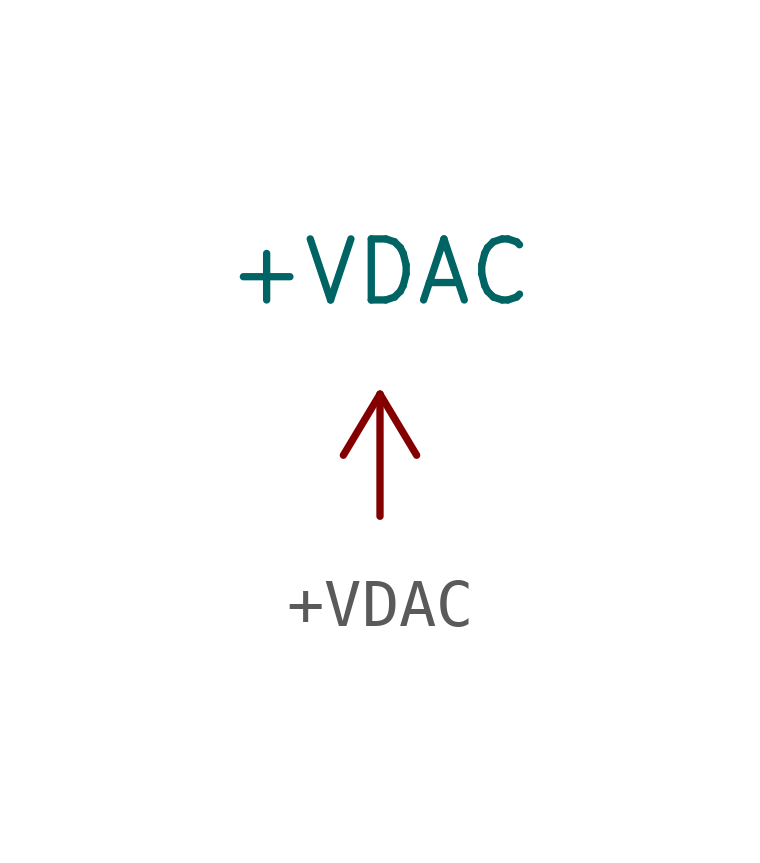
<source format=kicad_sym>
(kicad_symbol_lib
  (version 20220914)
  (generator kicad_symbol_editor)
  (symbol "+VDAC"
    (power)
    (pin_names
      (offset 0))
    (property "Reference" "#PWR079"
      (at 3.81 -1.27 0)
      (effects (font (size 1.27 1.27)) hide))
    (property "Value" "+VDAC"
      (at 0 5.08 0)
      (effects (font (size 1.27 1.27))))
    (symbol "+VDAC_0_1"
      (polyline (pts (xy -0.762 1.27) (xy 0 2.54)) (stroke (width 0) (type default)) (fill (type none)))
      (polyline (pts (xy 0 0) (xy 0 2.54)) (stroke (width 0) (type default)) (fill (type none)))
      (polyline (pts (xy 0 2.54) (xy 0.762 1.27)) (stroke (width 0) (type default)) (fill (type none))))
    (symbol "+VDAC_1_0"
      (pin power_in line (at 0 0 90) (length 0) hide (name "+VDAC" (effects (font (size 1.27 1.27)))) (number "1" (effects (font (size 1.27 1.27))))))))
</source>
